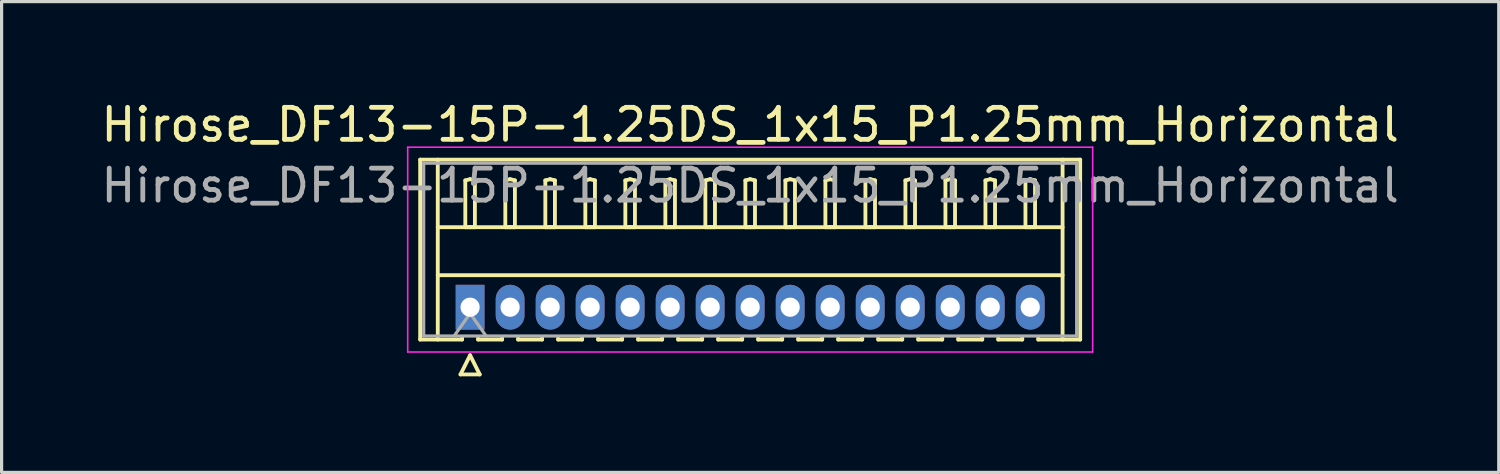
<source format=kicad_pcb>
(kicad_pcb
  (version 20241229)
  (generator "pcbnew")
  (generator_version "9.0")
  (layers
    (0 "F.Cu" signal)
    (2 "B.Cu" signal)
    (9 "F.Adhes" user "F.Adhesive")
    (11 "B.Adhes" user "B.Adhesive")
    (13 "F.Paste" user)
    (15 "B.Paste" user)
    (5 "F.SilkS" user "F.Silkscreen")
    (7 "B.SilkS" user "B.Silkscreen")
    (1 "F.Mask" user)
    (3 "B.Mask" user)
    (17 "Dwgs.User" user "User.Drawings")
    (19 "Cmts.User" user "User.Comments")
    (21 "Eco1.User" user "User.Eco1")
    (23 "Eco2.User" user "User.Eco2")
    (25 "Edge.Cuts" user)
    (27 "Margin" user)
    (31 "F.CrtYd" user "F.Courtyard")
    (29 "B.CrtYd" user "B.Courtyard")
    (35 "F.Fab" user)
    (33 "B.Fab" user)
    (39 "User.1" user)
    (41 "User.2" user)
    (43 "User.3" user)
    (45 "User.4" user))
  (footprint "Hirose_DF13-15P-1.25DS_1x15_P1.25mm_Horizontal"
    (layer "F.Cu")
    (at 11.637 6.548)
    (property "Reference" "Hirose_DF13-15P-1.25DS_1x15_P1.25mm_Horizontal" (at 8.75 -5.7 0) (layer "F.SilkS") (effects (font (size 1 1) (thickness 0.15))))
    (attr through_hole)
    (fp_line (start -1.56 -4.61) (end 19.06 -4.61) (stroke (width 0.12) (type solid)) (layer "F.SilkS"))
    (fp_line (start -1.56 1.01) (end -1.56 -4.61) (stroke (width 0.12) (type solid)) (layer "F.SilkS"))
    (fp_line (start -1.01 -4.61) (end -1.01 1.01) (stroke (width 0.12) (type solid)) (layer "F.SilkS"))
    (fp_line (start -1.01 -2.5) (end 18.51 -2.5) (stroke (width 0.12) (type solid)) (layer "F.SilkS"))
    (fp_line (start -1.01 -1) (end 18.51 -1) (stroke (width 0.12) (type solid)) (layer "F.SilkS"))
    (fp_line (start -0.3 2.1) (end 0.3 2.1) (stroke (width 0.12) (type solid)) (layer "F.SilkS"))
    (fp_line (start -0.25 0.96) (end -0.25 1.01) (stroke (width 0.12) (type solid)) (layer "F.SilkS"))
    (fp_line (start -0.25 1.01) (end -1.56 1.01) (stroke (width 0.12) (type solid)) (layer "F.SilkS"))
    (fp_line (start -0.15 -3.962) (end 0 -4) (stroke (width 0.12) (type solid)) (layer "F.SilkS"))
    (fp_line (start -0.15 -2.5) (end -0.15 -3.962) (stroke (width 0.12) (type solid)) (layer "F.SilkS"))
    (fp_line (start 0 -4) (end 0.15 -3.962) (stroke (width 0.12) (type solid)) (layer "F.SilkS"))
    (fp_line (start 0 -2.5) (end -0.15 -2.5) (stroke (width 0.12) (type solid)) (layer "F.SilkS"))
    (fp_line (start 0 1.5) (end -0.3 2.1) (stroke (width 0.12) (type solid)) (layer "F.SilkS"))
    (fp_line (start 0.15 -3.962) (end 0.15 -2.5) (stroke (width 0.12) (type solid)) (layer "F.SilkS"))
    (fp_line (start 0.15 -2.5) (end 0 -2.5) (stroke (width 0.12) (type solid)) (layer "F.SilkS"))
    (fp_line (start 0.25 0.96) (end 0.25 1.01) (stroke (width 0.12) (type solid)) (layer "F.SilkS"))
    (fp_line (start 0.25 1.01) (end 1 1.01) (stroke (width 0.12) (type solid)) (layer "F.SilkS"))
    (fp_line (start 0.3 2.1) (end 0 1.5) (stroke (width 0.12) (type solid)) (layer "F.SilkS"))
    (fp_line (start 1 1.01) (end 1 0.96) (stroke (width 0.12) (type solid)) (layer "F.SilkS"))
    (fp_line (start 1.1 -3.962) (end 1.25 -4) (stroke (width 0.12) (type solid)) (layer "F.SilkS"))
    (fp_line (start 1.1 -2.5) (end 1.1 -3.962) (stroke (width 0.12) (type solid)) (layer "F.SilkS"))
    (fp_line (start 1.25 -4) (end 1.4 -3.962) (stroke (width 0.12) (type solid)) (layer "F.SilkS"))
    (fp_line (start 1.25 -2.5) (end 1.1 -2.5) (stroke (width 0.12) (type solid)) (layer "F.SilkS"))
    (fp_line (start 1.4 -3.962) (end 1.4 -2.5) (stroke (width 0.12) (type solid)) (layer "F.SilkS"))
    (fp_line (start 1.4 -2.5) (end 1.25 -2.5) (stroke (width 0.12) (type solid)) (layer "F.SilkS"))
    (fp_line (start 1.5 0.96) (end 1.5 1.01) (stroke (width 0.12) (type solid)) (layer "F.SilkS"))
    (fp_line (start 1.5 1.01) (end 2.25 1.01) (stroke (width 0.12) (type solid)) (layer "F.SilkS"))
    (fp_line (start 2.25 1.01) (end 2.25 0.96) (stroke (width 0.12) (type solid)) (layer "F.SilkS"))
    (fp_line (start 2.35 -3.962) (end 2.5 -4) (stroke (width 0.12) (type solid)) (layer "F.SilkS"))
    (fp_line (start 2.35 -2.5) (end 2.35 -3.962) (stroke (width 0.12) (type solid)) (layer "F.SilkS"))
    (fp_line (start 2.5 -4) (end 2.65 -3.962) (stroke (width 0.12) (type solid)) (layer "F.SilkS"))
    (fp_line (start 2.5 -2.5) (end 2.35 -2.5) (stroke (width 0.12) (type solid)) (layer "F.SilkS"))
    (fp_line (start 2.65 -3.962) (end 2.65 -2.5) (stroke (width 0.12) (type solid)) (layer "F.SilkS"))
    (fp_line (start 2.65 -2.5) (end 2.5 -2.5) (stroke (width 0.12) (type solid)) (layer "F.SilkS"))
    (fp_line (start 2.75 0.96) (end 2.75 1.01) (stroke (width 0.12) (type solid)) (layer "F.SilkS"))
    (fp_line (start 2.75 1.01) (end 3.5 1.01) (stroke (width 0.12) (type solid)) (layer "F.SilkS"))
    (fp_line (start 3.5 1.01) (end 3.5 0.96) (stroke (width 0.12) (type solid)) (layer "F.SilkS"))
    (fp_line (start 3.6 -3.962) (end 3.75 -4) (stroke (width 0.12) (type solid)) (layer "F.SilkS"))
    (fp_line (start 3.6 -2.5) (end 3.6 -3.962) (stroke (width 0.12) (type solid)) (layer "F.SilkS"))
    (fp_line (start 3.75 -4) (end 3.9 -3.962) (stroke (width 0.12) (type solid)) (layer "F.SilkS"))
    (fp_line (start 3.75 -2.5) (end 3.6 -2.5) (stroke (width 0.12) (type solid)) (layer "F.SilkS"))
    (fp_line (start 3.9 -3.962) (end 3.9 -2.5) (stroke (width 0.12) (type solid)) (layer "F.SilkS"))
    (fp_line (start 3.9 -2.5) (end 3.75 -2.5) (stroke (width 0.12) (type solid)) (layer "F.SilkS"))
    (fp_line (start 4 0.96) (end 4 1.01) (stroke (width 0.12) (type solid)) (layer "F.SilkS"))
    (fp_line (start 4 1.01) (end 4.75 1.01) (stroke (width 0.12) (type solid)) (layer "F.SilkS"))
    (fp_line (start 4.75 1.01) (end 4.75 0.96) (stroke (width 0.12) (type solid)) (layer "F.SilkS"))
    (fp_line (start 4.85 -3.962) (end 5 -4) (stroke (width 0.12) (type solid)) (layer "F.SilkS"))
    (fp_line (start 4.85 -2.5) (end 4.85 -3.962) (stroke (width 0.12) (type solid)) (layer "F.SilkS"))
    (fp_line (start 5 -4) (end 5.15 -3.962) (stroke (width 0.12) (type solid)) (layer "F.SilkS"))
    (fp_line (start 5 -2.5) (end 4.85 -2.5) (stroke (width 0.12) (type solid)) (layer "F.SilkS"))
    (fp_line (start 5.15 -3.962) (end 5.15 -2.5) (stroke (width 0.12) (type solid)) (layer "F.SilkS"))
    (fp_line (start 5.15 -2.5) (end 5 -2.5) (stroke (width 0.12) (type solid)) (layer "F.SilkS"))
    (fp_line (start 5.25 0.96) (end 5.25 1.01) (stroke (width 0.12) (type solid)) (layer "F.SilkS"))
    (fp_line (start 5.25 1.01) (end 6 1.01) (stroke (width 0.12) (type solid)) (layer "F.SilkS"))
    (fp_line (start 6 1.01) (end 6 0.96) (stroke (width 0.12) (type solid)) (layer "F.SilkS"))
    (fp_line (start 6.1 -3.962) (end 6.25 -4) (stroke (width 0.12) (type solid)) (layer "F.SilkS"))
    (fp_line (start 6.1 -2.5) (end 6.1 -3.962) (stroke (width 0.12) (type solid)) (layer "F.SilkS"))
    (fp_line (start 6.25 -4) (end 6.4 -3.962) (stroke (width 0.12) (type solid)) (layer "F.SilkS"))
    (fp_line (start 6.25 -2.5) (end 6.1 -2.5) (stroke (width 0.12) (type solid)) (layer "F.SilkS"))
    (fp_line (start 6.4 -3.962) (end 6.4 -2.5) (stroke (width 0.12) (type solid)) (layer "F.SilkS"))
    (fp_line (start 6.4 -2.5) (end 6.25 -2.5) (stroke (width 0.12) (type solid)) (layer "F.SilkS"))
    (fp_line (start 6.5 0.96) (end 6.5 1.01) (stroke (width 0.12) (type solid)) (layer "F.SilkS"))
    (fp_line (start 6.5 1.01) (end 7.25 1.01) (stroke (width 0.12) (type solid)) (layer "F.SilkS"))
    (fp_line (start 7.25 1.01) (end 7.25 0.96) (stroke (width 0.12) (type solid)) (layer "F.SilkS"))
    (fp_line (start 7.35 -3.962) (end 7.5 -4) (stroke (width 0.12) (type solid)) (layer "F.SilkS"))
    (fp_line (start 7.35 -2.5) (end 7.35 -3.962) (stroke (width 0.12) (type solid)) (layer "F.SilkS"))
    (fp_line (start 7.5 -4) (end 7.65 -3.962) (stroke (width 0.12) (type solid)) (layer "F.SilkS"))
    (fp_line (start 7.5 -2.5) (end 7.35 -2.5) (stroke (width 0.12) (type solid)) (layer "F.SilkS"))
    (fp_line (start 7.65 -3.962) (end 7.65 -2.5) (stroke (width 0.12) (type solid)) (layer "F.SilkS"))
    (fp_line (start 7.65 -2.5) (end 7.5 -2.5) (stroke (width 0.12) (type solid)) (layer "F.SilkS"))
    (fp_line (start 7.75 0.96) (end 7.75 1.01) (stroke (width 0.12) (type solid)) (layer "F.SilkS"))
    (fp_line (start 7.75 1.01) (end 8.5 1.01) (stroke (width 0.12) (type solid)) (layer "F.SilkS"))
    (fp_line (start 8.5 1.01) (end 8.5 0.96) (stroke (width 0.12) (type solid)) (layer "F.SilkS"))
    (fp_line (start 8.6 -3.962) (end 8.75 -4) (stroke (width 0.12) (type solid)) (layer "F.SilkS"))
    (fp_line (start 8.6 -2.5) (end 8.6 -3.962) (stroke (width 0.12) (type solid)) (layer "F.SilkS"))
    (fp_line (start 8.75 -4) (end 8.9 -3.962) (stroke (width 0.12) (type solid)) (layer "F.SilkS"))
    (fp_line (start 8.75 -2.5) (end 8.6 -2.5) (stroke (width 0.12) (type solid)) (layer "F.SilkS"))
    (fp_line (start 8.9 -3.962) (end 8.9 -2.5) (stroke (width 0.12) (type solid)) (layer "F.SilkS"))
    (fp_line (start 8.9 -2.5) (end 8.75 -2.5) (stroke (width 0.12) (type solid)) (layer "F.SilkS"))
    (fp_line (start 9 0.96) (end 9 1.01) (stroke (width 0.12) (type solid)) (layer "F.SilkS"))
    (fp_line (start 9 1.01) (end 9.75 1.01) (stroke (width 0.12) (type solid)) (layer "F.SilkS"))
    (fp_line (start 9.75 1.01) (end 9.75 0.96) (stroke (width 0.12) (type solid)) (layer "F.SilkS"))
    (fp_line (start 9.85 -3.962) (end 10 -4) (stroke (width 0.12) (type solid)) (layer "F.SilkS"))
    (fp_line (start 9.85 -2.5) (end 9.85 -3.962) (stroke (width 0.12) (type solid)) (layer "F.SilkS"))
    (fp_line (start 10 -4) (end 10.15 -3.962) (stroke (width 0.12) (type solid)) (layer "F.SilkS"))
    (fp_line (start 10 -2.5) (end 9.85 -2.5) (stroke (width 0.12) (type solid)) (layer "F.SilkS"))
    (fp_line (start 10.15 -3.962) (end 10.15 -2.5) (stroke (width 0.12) (type solid)) (layer "F.SilkS"))
    (fp_line (start 10.15 -2.5) (end 10 -2.5) (stroke (width 0.12) (type solid)) (layer "F.SilkS"))
    (fp_line (start 10.25 0.96) (end 10.25 1.01) (stroke (width 0.12) (type solid)) (layer "F.SilkS"))
    (fp_line (start 10.25 1.01) (end 11 1.01) (stroke (width 0.12) (type solid)) (layer "F.SilkS"))
    (fp_line (start 11 1.01) (end 11 0.96) (stroke (width 0.12) (type solid)) (layer "F.SilkS"))
    (fp_line (start 11.1 -3.962) (end 11.25 -4) (stroke (width 0.12) (type solid)) (layer "F.SilkS"))
    (fp_line (start 11.1 -2.5) (end 11.1 -3.962) (stroke (width 0.12) (type solid)) (layer "F.SilkS"))
    (fp_line (start 11.25 -4) (end 11.4 -3.962) (stroke (width 0.12) (type solid)) (layer "F.SilkS"))
    (fp_line (start 11.25 -2.5) (end 11.1 -2.5) (stroke (width 0.12) (type solid)) (layer "F.SilkS"))
    (fp_line (start 11.4 -3.962) (end 11.4 -2.5) (stroke (width 0.12) (type solid)) (layer "F.SilkS"))
    (fp_line (start 11.4 -2.5) (end 11.25 -2.5) (stroke (width 0.12) (type solid)) (layer "F.SilkS"))
    (fp_line (start 11.5 0.96) (end 11.5 1.01) (stroke (width 0.12) (type solid)) (layer "F.SilkS"))
    (fp_line (start 11.5 1.01) (end 12.25 1.01) (stroke (width 0.12) (type solid)) (layer "F.SilkS"))
    (fp_line (start 12.25 1.01) (end 12.25 0.96) (stroke (width 0.12) (type solid)) (layer "F.SilkS"))
    (fp_line (start 12.35 -3.962) (end 12.5 -4) (stroke (width 0.12) (type solid)) (layer "F.SilkS"))
    (fp_line (start 12.35 -2.5) (end 12.35 -3.962) (stroke (width 0.12) (type solid)) (layer "F.SilkS"))
    (fp_line (start 12.5 -4) (end 12.65 -3.962) (stroke (width 0.12) (type solid)) (layer "F.SilkS"))
    (fp_line (start 12.5 -2.5) (end 12.35 -2.5) (stroke (width 0.12) (type solid)) (layer "F.SilkS"))
    (fp_line (start 12.65 -3.962) (end 12.65 -2.5) (stroke (width 0.12) (type solid)) (layer "F.SilkS"))
    (fp_line (start 12.65 -2.5) (end 12.5 -2.5) (stroke (width 0.12) (type solid)) (layer "F.SilkS"))
    (fp_line (start 12.75 0.96) (end 12.75 1.01) (stroke (width 0.12) (type solid)) (layer "F.SilkS"))
    (fp_line (start 12.75 1.01) (end 13.5 1.01) (stroke (width 0.12) (type solid)) (layer "F.SilkS"))
    (fp_line (start 13.5 1.01) (end 13.5 0.96) (stroke (width 0.12) (type solid)) (layer "F.SilkS"))
    (fp_line (start 13.6 -3.962) (end 13.75 -4) (stroke (width 0.12) (type solid)) (layer "F.SilkS"))
    (fp_line (start 13.6 -2.5) (end 13.6 -3.962) (stroke (width 0.12) (type solid)) (layer "F.SilkS"))
    (fp_line (start 13.75 -4) (end 13.9 -3.962) (stroke (width 0.12) (type solid)) (layer "F.SilkS"))
    (fp_line (start 13.75 -2.5) (end 13.6 -2.5) (stroke (width 0.12) (type solid)) (layer "F.SilkS"))
    (fp_line (start 13.9 -3.962) (end 13.9 -2.5) (stroke (width 0.12) (type solid)) (layer "F.SilkS"))
    (fp_line (start 13.9 -2.5) (end 13.75 -2.5) (stroke (width 0.12) (type solid)) (layer "F.SilkS"))
    (fp_line (start 14 0.96) (end 14 1.01) (stroke (width 0.12) (type solid)) (layer "F.SilkS"))
    (fp_line (start 14 1.01) (end 14.75 1.01) (stroke (width 0.12) (type solid)) (layer "F.SilkS"))
    (fp_line (start 14.75 1.01) (end 14.75 0.96) (stroke (width 0.12) (type solid)) (layer "F.SilkS"))
    (fp_line (start 14.85 -3.962) (end 15 -4) (stroke (width 0.12) (type solid)) (layer "F.SilkS"))
    (fp_line (start 14.85 -2.5) (end 14.85 -3.962) (stroke (width 0.12) (type solid)) (layer "F.SilkS"))
    (fp_line (start 15 -4) (end 15.15 -3.962) (stroke (width 0.12) (type solid)) (layer "F.SilkS"))
    (fp_line (start 15 -2.5) (end 14.85 -2.5) (stroke (width 0.12) (type solid)) (layer "F.SilkS"))
    (fp_line (start 15.15 -3.962) (end 15.15 -2.5) (stroke (width 0.12) (type solid)) (layer "F.SilkS"))
    (fp_line (start 15.15 -2.5) (end 15 -2.5) (stroke (width 0.12) (type solid)) (layer "F.SilkS"))
    (fp_line (start 15.25 0.96) (end 15.25 1.01) (stroke (width 0.12) (type solid)) (layer "F.SilkS"))
    (fp_line (start 15.25 1.01) (end 16 1.01) (stroke (width 0.12) (type solid)) (layer "F.SilkS"))
    (fp_line (start 16 1.01) (end 16 0.96) (stroke (width 0.12) (type solid)) (layer "F.SilkS"))
    (fp_line (start 16.1 -3.962) (end 16.25 -4) (stroke (width 0.12) (type solid)) (layer "F.SilkS"))
    (fp_line (start 16.1 -2.5) (end 16.1 -3.962) (stroke (width 0.12) (type solid)) (layer "F.SilkS"))
    (fp_line (start 16.25 -4) (end 16.4 -3.962) (stroke (width 0.12) (type solid)) (layer "F.SilkS"))
    (fp_line (start 16.25 -2.5) (end 16.1 -2.5) (stroke (width 0.12) (type solid)) (layer "F.SilkS"))
    (fp_line (start 16.4 -3.962) (end 16.4 -2.5) (stroke (width 0.12) (type solid)) (layer "F.SilkS"))
    (fp_line (start 16.4 -2.5) (end 16.25 -2.5) (stroke (width 0.12) (type solid)) (layer "F.SilkS"))
    (fp_line (start 16.5 0.96) (end 16.5 1.01) (stroke (width 0.12) (type solid)) (layer "F.SilkS"))
    (fp_line (start 16.5 1.01) (end 17.25 1.01) (stroke (width 0.12) (type solid)) (layer "F.SilkS"))
    (fp_line (start 17.25 1.01) (end 17.25 0.96) (stroke (width 0.12) (type solid)) (layer "F.SilkS"))
    (fp_line (start 17.35 -3.962) (end 17.5 -4) (stroke (width 0.12) (type solid)) (layer "F.SilkS"))
    (fp_line (start 17.35 -2.5) (end 17.35 -3.962) (stroke (width 0.12) (type solid)) (layer "F.SilkS"))
    (fp_line (start 17.5 -4) (end 17.65 -3.962) (stroke (width 0.12) (type solid)) (layer "F.SilkS"))
    (fp_line (start 17.5 -2.5) (end 17.35 -2.5) (stroke (width 0.12) (type solid)) (layer "F.SilkS"))
    (fp_line (start 17.65 -3.962) (end 17.65 -2.5) (stroke (width 0.12) (type solid)) (layer "F.SilkS"))
    (fp_line (start 17.65 -2.5) (end 17.5 -2.5) (stroke (width 0.12) (type solid)) (layer "F.SilkS"))
    (fp_line (start 17.75 1.01) (end 17.75 0.96) (stroke (width 0.12) (type solid)) (layer "F.SilkS"))
    (fp_line (start 18.51 -4.61) (end 18.51 1.01) (stroke (width 0.12) (type solid)) (layer "F.SilkS"))
    (fp_line (start 19.06 -4.61) (end 19.06 1.01) (stroke (width 0.12) (type solid)) (layer "F.SilkS"))
    (fp_line (start 19.06 1.01) (end 17.75 1.01) (stroke (width 0.12) (type solid)) (layer "F.SilkS"))
    (fp_line (start -1.95 -5) (end -1.95 1.4) (stroke (width 0.05) (type solid)) (layer "F.CrtYd"))
    (fp_line (start -1.95 1.4) (end 19.45 1.4) (stroke (width 0.05) (type solid)) (layer "F.CrtYd"))
    (fp_line (start 19.45 -5) (end -1.95 -5) (stroke (width 0.05) (type solid)) (layer "F.CrtYd"))
    (fp_line (start 19.45 1.4) (end 19.45 -5) (stroke (width 0.05) (type solid)) (layer "F.CrtYd"))
    (fp_line (start -1.45 -4.5) (end -1.45 0.9) (stroke (width 0.1) (type solid)) (layer "F.Fab"))
    (fp_line (start -1.45 0.9) (end 18.95 0.9) (stroke (width 0.1) (type solid)) (layer "F.Fab"))
    (fp_line (start -0.5 0.9) (end 0 0.193) (stroke (width 0.1) (type solid)) (layer "F.Fab"))
    (fp_line (start 0 0.193) (end 0.5 0.9) (stroke (width 0.1) (type solid)) (layer "F.Fab"))
    (fp_line (start 18.95 -4.5) (end -1.45 -4.5) (stroke (width 0.1) (type solid)) (layer "F.Fab"))
    (fp_line (start 18.95 0.9) (end 18.95 -4.5) (stroke (width 0.1) (type solid)) (layer "F.Fab"))
    (fp_text user "${REFERENCE}" (at 8.75 -3.8 0) (layer "F.Fab") (effects (font (size 1 1) (thickness 0.15))))
    (pad "1" thru_hole rect (at 0 0) (size 0.9 1.4) (drill 0.6) (layers "*.Cu" "*.Mask"))
    (pad "2" thru_hole oval (at 1.25 0) (size 0.9 1.4) (drill 0.6) (layers "*.Cu" "*.Mask"))
    (pad "3" thru_hole oval (at 2.5 0) (size 0.9 1.4) (drill 0.6) (layers "*.Cu" "*.Mask"))
    (pad "4" thru_hole oval (at 3.75 0) (size 0.9 1.4) (drill 0.6) (layers "*.Cu" "*.Mask"))
    (pad "5" thru_hole oval (at 5 0) (size 0.9 1.4) (drill 0.6) (layers "*.Cu" "*.Mask"))
    (pad "6" thru_hole oval (at 6.25 0) (size 0.9 1.4) (drill 0.6) (layers "*.Cu" "*.Mask"))
    (pad "7" thru_hole oval (at 7.5 0) (size 0.9 1.4) (drill 0.6) (layers "*.Cu" "*.Mask"))
    (pad "8" thru_hole oval (at 8.75 0) (size 0.9 1.4) (drill 0.6) (layers "*.Cu" "*.Mask"))
    (pad "9" thru_hole oval (at 10 0) (size 0.9 1.4) (drill 0.6) (layers "*.Cu" "*.Mask"))
    (pad "10" thru_hole oval (at 11.25 0) (size 0.9 1.4) (drill 0.6) (layers "*.Cu" "*.Mask"))
    (pad "11" thru_hole oval (at 12.5 0) (size 0.9 1.4) (drill 0.6) (layers "*.Cu" "*.Mask"))
    (pad "12" thru_hole oval (at 13.75 0) (size 0.9 1.4) (drill 0.6) (layers "*.Cu" "*.Mask"))
    (pad "13" thru_hole oval (at 15 0) (size 0.9 1.4) (drill 0.6) (layers "*.Cu" "*.Mask"))
    (pad "14" thru_hole oval (at 16.25 0) (size 0.9 1.4) (drill 0.6) (layers "*.Cu" "*.Mask"))
    (pad "15" thru_hole oval (at 17.5 0) (size 0.9 1.4) (drill 0.6) (layers "*.Cu" "*.Mask")))
  (gr_rect
    (start -3 -3)
    (end 43.774 11.708)
    (stroke (width 0.1) (type default))
    (fill no)
    (layer "Edge.Cuts")))
</source>
